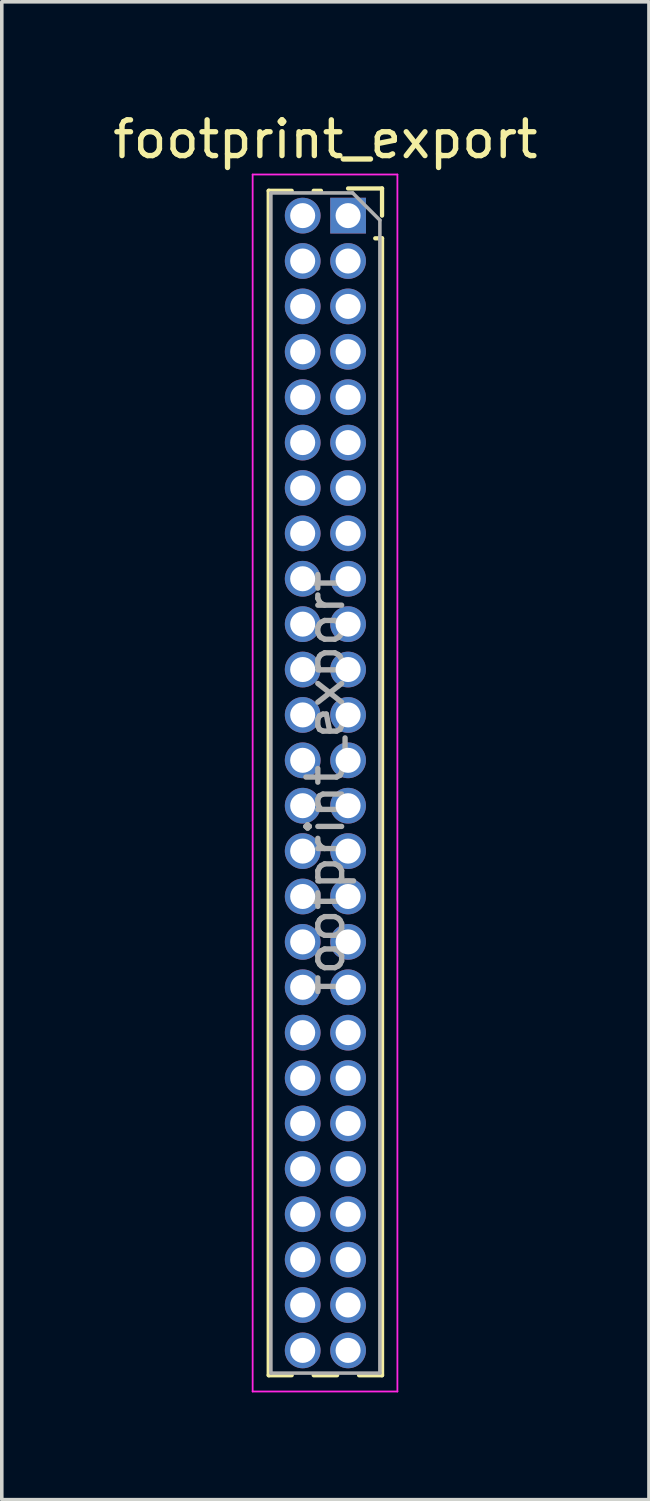
<source format=kicad_pcb>
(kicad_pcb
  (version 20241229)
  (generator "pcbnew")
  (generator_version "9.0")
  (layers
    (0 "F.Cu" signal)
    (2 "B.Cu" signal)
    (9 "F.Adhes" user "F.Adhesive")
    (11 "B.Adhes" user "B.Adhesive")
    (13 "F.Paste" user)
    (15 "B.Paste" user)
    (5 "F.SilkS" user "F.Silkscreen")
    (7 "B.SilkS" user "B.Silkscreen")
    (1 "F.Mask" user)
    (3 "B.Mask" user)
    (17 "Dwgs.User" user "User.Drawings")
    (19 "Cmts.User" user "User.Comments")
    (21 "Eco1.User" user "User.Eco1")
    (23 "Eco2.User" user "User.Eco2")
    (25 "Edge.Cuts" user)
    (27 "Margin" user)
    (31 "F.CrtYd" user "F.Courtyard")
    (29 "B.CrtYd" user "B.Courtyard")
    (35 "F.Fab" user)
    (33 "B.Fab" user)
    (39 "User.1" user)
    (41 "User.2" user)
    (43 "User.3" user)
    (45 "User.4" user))
  (footprint "footprint_export"
    (layer "F.Cu")
    (at 6.689 2.983)
    (property "Reference" "footprint_export" (at -0.635 -2.135 0) (layer "F.SilkS") (effects (font (size 1 1) (thickness 0.15))))
    (attr through_hole)
    (fp_line (start -2.22 -0.695) (end -2.22 32.445) (stroke (width 0.12) (type solid)) (layer "F.SilkS"))
    (fp_line (start -2.22 -0.695) (end -1.578 -0.695) (stroke (width 0.12) (type solid)) (layer "F.SilkS"))
    (fp_line (start -2.22 32.445) (end -1.578 32.445) (stroke (width 0.12) (type solid)) (layer "F.SilkS"))
    (fp_line (start -0.962 -0.695) (end -0.76 -0.695) (stroke (width 0.12) (type solid)) (layer "F.SilkS"))
    (fp_line (start -0.962 32.445) (end -0.308 32.445) (stroke (width 0.12) (type solid)) (layer "F.SilkS"))
    (fp_line (start 0 -0.76) (end 0.95 -0.76) (stroke (width 0.12) (type solid)) (layer "F.SilkS"))
    (fp_line (start 0.308 32.445) (end 0.95 32.445) (stroke (width 0.12) (type solid)) (layer "F.SilkS"))
    (fp_line (start 0.76 0.635) (end 0.95 0.635) (stroke (width 0.12) (type solid)) (layer "F.SilkS"))
    (fp_line (start 0.95 -0.76) (end 0.95 0) (stroke (width 0.12) (type solid)) (layer "F.SilkS"))
    (fp_line (start 0.95 0.635) (end 0.95 32.445) (stroke (width 0.12) (type solid)) (layer "F.SilkS"))
    (fp_line (start -2.67 -1.15) (end 1.38 -1.15) (stroke (width 0.05) (type solid)) (layer "F.CrtYd"))
    (fp_line (start -2.67 32.9) (end -2.67 -1.15) (stroke (width 0.05) (type solid)) (layer "F.CrtYd"))
    (fp_line (start 1.38 -1.15) (end 1.38 32.9) (stroke (width 0.05) (type solid)) (layer "F.CrtYd"))
    (fp_line (start 1.38 32.9) (end -2.67 32.9) (stroke (width 0.05) (type solid)) (layer "F.CrtYd"))
    (fp_line (start -2.16 -0.635) (end 0.128 -0.635) (stroke (width 0.1) (type solid)) (layer "F.Fab"))
    (fp_line (start -2.16 32.385) (end -2.16 -0.635) (stroke (width 0.1) (type solid)) (layer "F.Fab"))
    (fp_line (start 0.128 -0.635) (end 0.89 0.128) (stroke (width 0.1) (type solid)) (layer "F.Fab"))
    (fp_line (start 0.89 0.128) (end 0.89 32.385) (stroke (width 0.1) (type solid)) (layer "F.Fab"))
    (fp_line (start 0.89 32.385) (end -2.16 32.385) (stroke (width 0.1) (type solid)) (layer "F.Fab"))
    (fp_text user "${REFERENCE}" (at -0.635 15.875 90) (layer "F.Fab") (effects (font (size 1 1) (thickness 0.15))))
    (pad "1" thru_hole rect (at 0 0) (size 1 1) (drill 0.7) (layers "*.Cu" "*.Mask"))
    (pad "2" thru_hole oval (at -1.27 0) (size 1 1) (drill 0.7) (layers "*.Cu" "*.Mask"))
    (pad "3" thru_hole oval (at 0 1.27) (size 1 1) (drill 0.7) (layers "*.Cu" "*.Mask"))
    (pad "4" thru_hole oval (at -1.27 1.27) (size 1 1) (drill 0.7) (layers "*.Cu" "*.Mask"))
    (pad "5" thru_hole oval (at 0 2.54) (size 1 1) (drill 0.7) (layers "*.Cu" "*.Mask"))
    (pad "6" thru_hole oval (at -1.27 2.54) (size 1 1) (drill 0.7) (layers "*.Cu" "*.Mask"))
    (pad "7" thru_hole oval (at 0 3.81) (size 1 1) (drill 0.7) (layers "*.Cu" "*.Mask"))
    (pad "8" thru_hole oval (at -1.27 3.81) (size 1 1) (drill 0.7) (layers "*.Cu" "*.Mask"))
    (pad "9" thru_hole oval (at 0 5.08) (size 1 1) (drill 0.7) (layers "*.Cu" "*.Mask"))
    (pad "10" thru_hole oval (at -1.27 5.08) (size 1 1) (drill 0.7) (layers "*.Cu" "*.Mask"))
    (pad "11" thru_hole oval (at 0 6.35) (size 1 1) (drill 0.7) (layers "*.Cu" "*.Mask"))
    (pad "12" thru_hole oval (at -1.27 6.35) (size 1 1) (drill 0.7) (layers "*.Cu" "*.Mask"))
    (pad "13" thru_hole oval (at 0 7.62) (size 1 1) (drill 0.7) (layers "*.Cu" "*.Mask"))
    (pad "14" thru_hole oval (at -1.27 7.62) (size 1 1) (drill 0.7) (layers "*.Cu" "*.Mask"))
    (pad "15" thru_hole oval (at 0 8.89) (size 1 1) (drill 0.7) (layers "*.Cu" "*.Mask"))
    (pad "16" thru_hole oval (at -1.27 8.89) (size 1 1) (drill 0.7) (layers "*.Cu" "*.Mask"))
    (pad "17" thru_hole oval (at 0 10.16) (size 1 1) (drill 0.7) (layers "*.Cu" "*.Mask"))
    (pad "18" thru_hole oval (at -1.27 10.16) (size 1 1) (drill 0.7) (layers "*.Cu" "*.Mask"))
    (pad "19" thru_hole oval (at 0 11.43) (size 1 1) (drill 0.7) (layers "*.Cu" "*.Mask"))
    (pad "20" thru_hole oval (at -1.27 11.43) (size 1 1) (drill 0.7) (layers "*.Cu" "*.Mask"))
    (pad "21" thru_hole oval (at 0 12.7) (size 1 1) (drill 0.7) (layers "*.Cu" "*.Mask"))
    (pad "22" thru_hole oval (at -1.27 12.7) (size 1 1) (drill 0.7) (layers "*.Cu" "*.Mask"))
    (pad "23" thru_hole oval (at 0 13.97) (size 1 1) (drill 0.7) (layers "*.Cu" "*.Mask"))
    (pad "24" thru_hole oval (at -1.27 13.97) (size 1 1) (drill 0.7) (layers "*.Cu" "*.Mask"))
    (pad "25" thru_hole oval (at 0 15.24) (size 1 1) (drill 0.7) (layers "*.Cu" "*.Mask"))
    (pad "26" thru_hole oval (at -1.27 15.24) (size 1 1) (drill 0.7) (layers "*.Cu" "*.Mask"))
    (pad "27" thru_hole oval (at 0 16.51) (size 1 1) (drill 0.7) (layers "*.Cu" "*.Mask"))
    (pad "28" thru_hole oval (at -1.27 16.51) (size 1 1) (drill 0.7) (layers "*.Cu" "*.Mask"))
    (pad "29" thru_hole oval (at 0 17.78) (size 1 1) (drill 0.7) (layers "*.Cu" "*.Mask"))
    (pad "30" thru_hole oval (at -1.27 17.78) (size 1 1) (drill 0.7) (layers "*.Cu" "*.Mask"))
    (pad "31" thru_hole oval (at 0 19.05) (size 1 1) (drill 0.7) (layers "*.Cu" "*.Mask"))
    (pad "32" thru_hole oval (at -1.27 19.05) (size 1 1) (drill 0.7) (layers "*.Cu" "*.Mask"))
    (pad "33" thru_hole oval (at 0 20.32) (size 1 1) (drill 0.7) (layers "*.Cu" "*.Mask"))
    (pad "34" thru_hole oval (at -1.27 20.32) (size 1 1) (drill 0.7) (layers "*.Cu" "*.Mask"))
    (pad "35" thru_hole oval (at 0 21.59) (size 1 1) (drill 0.7) (layers "*.Cu" "*.Mask"))
    (pad "36" thru_hole oval (at -1.27 21.59) (size 1 1) (drill 0.7) (layers "*.Cu" "*.Mask"))
    (pad "37" thru_hole oval (at 0 22.86) (size 1 1) (drill 0.7) (layers "*.Cu" "*.Mask"))
    (pad "38" thru_hole oval (at -1.27 22.86) (size 1 1) (drill 0.7) (layers "*.Cu" "*.Mask"))
    (pad "39" thru_hole oval (at 0 24.13) (size 1 1) (drill 0.7) (layers "*.Cu" "*.Mask"))
    (pad "40" thru_hole oval (at -1.27 24.13) (size 1 1) (drill 0.7) (layers "*.Cu" "*.Mask"))
    (pad "41" thru_hole oval (at 0 25.4) (size 1 1) (drill 0.7) (layers "*.Cu" "*.Mask"))
    (pad "42" thru_hole oval (at -1.27 25.4) (size 1 1) (drill 0.7) (layers "*.Cu" "*.Mask"))
    (pad "43" thru_hole oval (at 0 26.67) (size 1 1) (drill 0.7) (layers "*.Cu" "*.Mask"))
    (pad "44" thru_hole oval (at -1.27 26.67) (size 1 1) (drill 0.7) (layers "*.Cu" "*.Mask"))
    (pad "45" thru_hole oval (at 0 27.94) (size 1 1) (drill 0.7) (layers "*.Cu" "*.Mask"))
    (pad "46" thru_hole oval (at -1.27 27.94) (size 1 1) (drill 0.7) (layers "*.Cu" "*.Mask"))
    (pad "47" thru_hole oval (at 0 29.21) (size 1 1) (drill 0.7) (layers "*.Cu" "*.Mask"))
    (pad "48" thru_hole oval (at -1.27 29.21) (size 1 1) (drill 0.7) (layers "*.Cu" "*.Mask"))
    (pad "49" thru_hole oval (at 0 30.48) (size 1 1) (drill 0.7) (layers "*.Cu" "*.Mask"))
    (pad "50" thru_hole oval (at -1.27 30.48) (size 1 1) (drill 0.7) (layers "*.Cu" "*.Mask"))
    (pad "51" thru_hole oval (at 0 31.75) (size 1 1) (drill 0.7) (layers "*.Cu" "*.Mask"))
    (pad "52" thru_hole oval (at -1.27 31.75) (size 1 1) (drill 0.7) (layers "*.Cu" "*.Mask")))
  (gr_rect
    (start -3 -3)
    (end 15.107 38.908)
    (stroke (width 0.1) (type default))
    (fill no)
    (layer "Edge.Cuts")))
</source>
